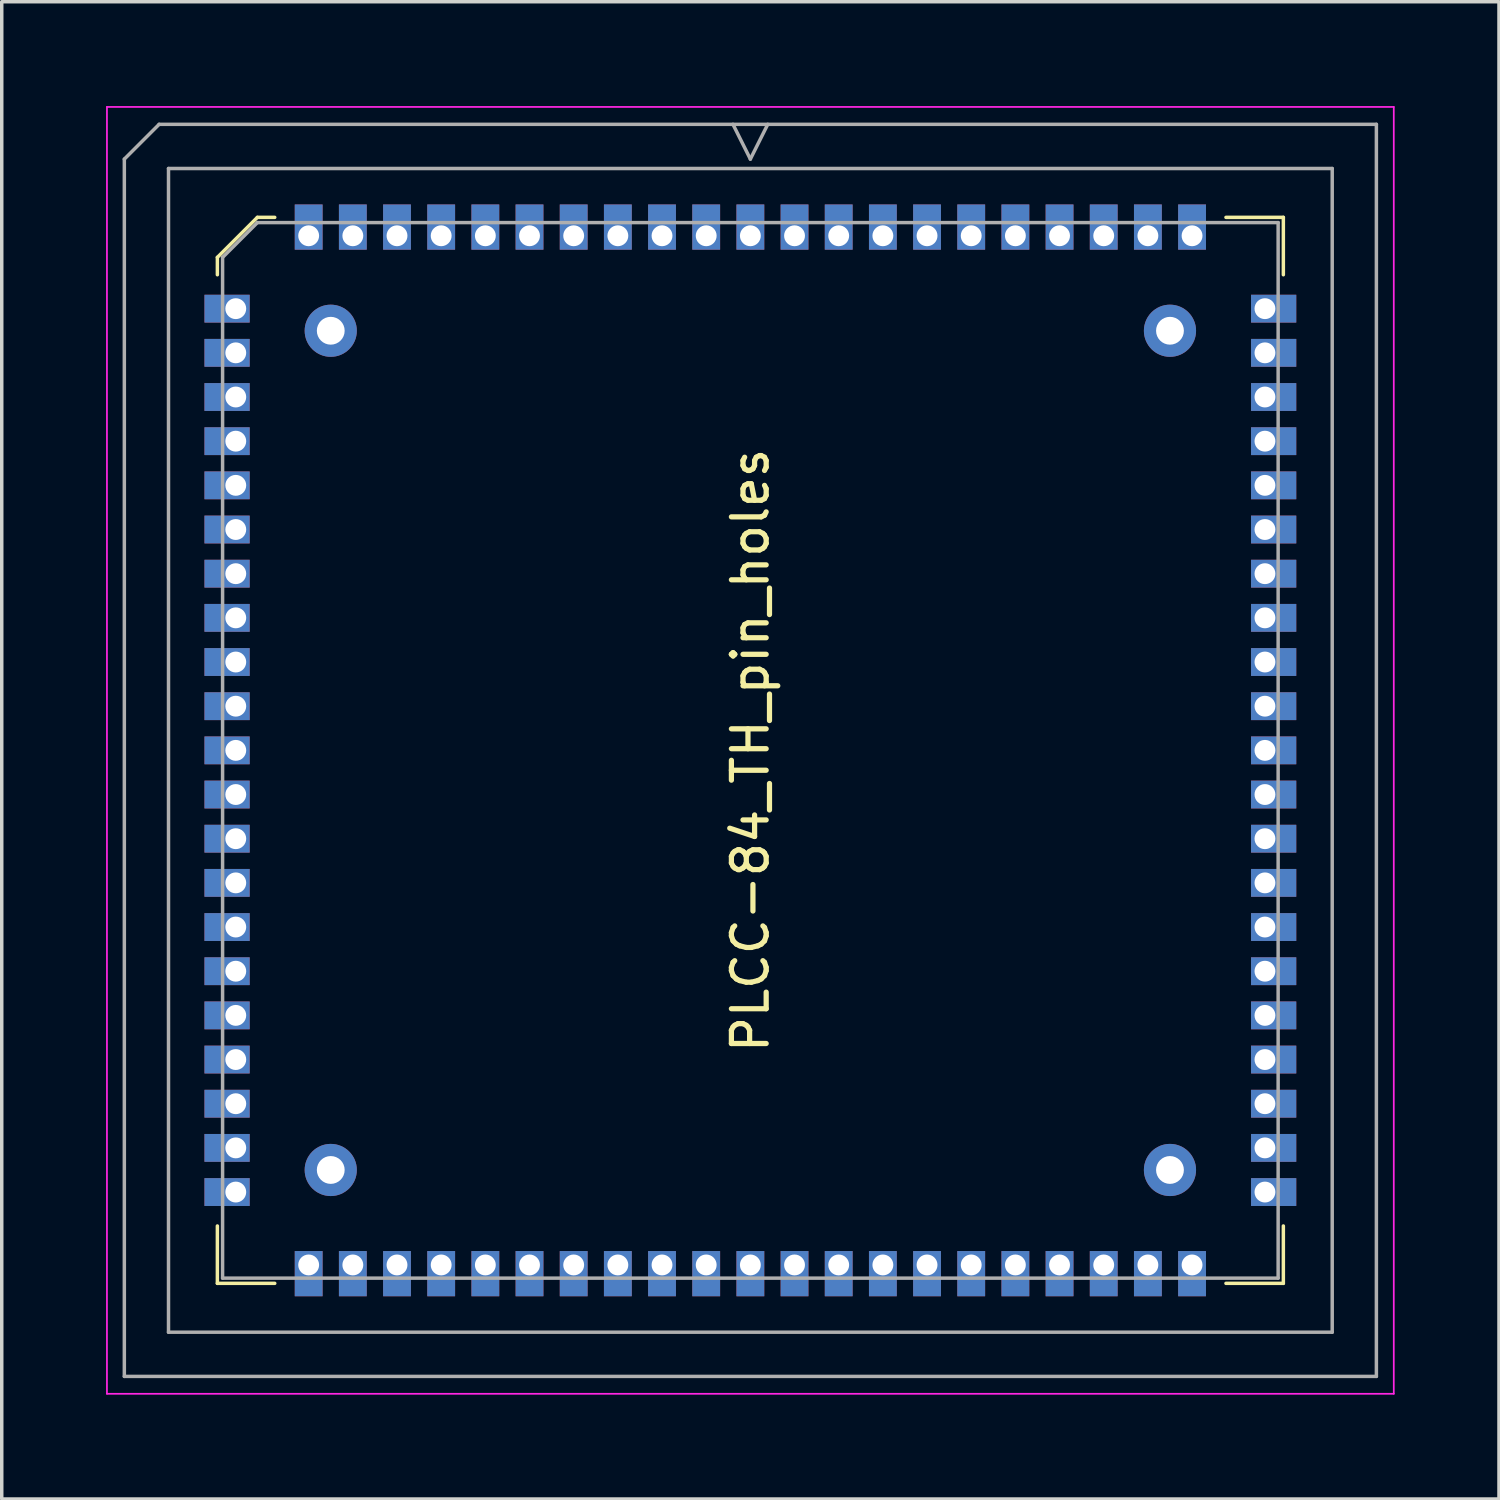
<source format=kicad_pcb>
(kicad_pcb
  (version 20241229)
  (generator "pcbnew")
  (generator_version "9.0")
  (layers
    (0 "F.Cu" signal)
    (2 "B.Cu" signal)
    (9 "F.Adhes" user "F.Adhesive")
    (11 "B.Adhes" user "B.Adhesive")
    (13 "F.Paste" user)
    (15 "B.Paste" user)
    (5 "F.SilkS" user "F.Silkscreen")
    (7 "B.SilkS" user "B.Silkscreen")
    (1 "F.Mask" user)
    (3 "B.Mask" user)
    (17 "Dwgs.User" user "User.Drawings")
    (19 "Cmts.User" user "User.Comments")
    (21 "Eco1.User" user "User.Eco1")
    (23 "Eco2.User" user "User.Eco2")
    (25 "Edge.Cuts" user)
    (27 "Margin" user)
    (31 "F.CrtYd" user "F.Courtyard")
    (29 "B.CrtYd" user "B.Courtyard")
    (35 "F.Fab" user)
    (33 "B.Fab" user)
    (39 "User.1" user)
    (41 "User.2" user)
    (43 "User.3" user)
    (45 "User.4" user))
  (footprint "PLCC-84_TH_pin_holes"
    (layer "F.Cu")
    (at 18.525 18.525)
    (property "Reference" "PLCC-84_TH_pin_holes" (at 0 0 90) (unlocked yes) (layer "F.SilkS") (effects (font (size 1 1) (thickness 0.15))))
    (attr smd)
    (fp_line (start -15.325 -14.175) (end -15.325 -13.675) (stroke (width 0.1) (type solid)) (layer "F.SilkS"))
    (fp_line (start -15.325 15.325) (end -15.325 13.675) (stroke (width 0.1) (type solid)) (layer "F.SilkS"))
    (fp_line (start -14.175 -15.325) (end -15.325 -14.175) (stroke (width 0.1) (type solid)) (layer "F.SilkS"))
    (fp_line (start -13.675 -15.325) (end -14.175 -15.325) (stroke (width 0.1) (type solid)) (layer "F.SilkS"))
    (fp_line (start -13.675 15.325) (end -15.325 15.325) (stroke (width 0.1) (type solid)) (layer "F.SilkS"))
    (fp_line (start 13.675 -15.325) (end 15.325 -15.325) (stroke (width 0.1) (type solid)) (layer "F.SilkS"))
    (fp_line (start 13.675 15.325) (end 15.325 15.325) (stroke (width 0.1) (type solid)) (layer "F.SilkS"))
    (fp_line (start 15.325 -15.325) (end 15.325 -13.675) (stroke (width 0.1) (type solid)) (layer "F.SilkS"))
    (fp_line (start 15.325 15.325) (end 15.325 13.675) (stroke (width 0.1) (type solid)) (layer "F.SilkS"))
    (fp_line (start -18.5 -18.5) (end -18.5 18.5) (stroke (width 0.05) (type solid)) (layer "F.CrtYd"))
    (fp_line (start -18.5 18.5) (end 18.5 18.5) (stroke (width 0.05) (type solid)) (layer "F.CrtYd"))
    (fp_line (start 18.5 -18.5) (end -18.5 -18.5) (stroke (width 0.05) (type solid)) (layer "F.CrtYd"))
    (fp_line (start 18.5 18.5) (end 18.5 -18.5) (stroke (width 0.05) (type solid)) (layer "F.CrtYd"))
    (fp_line (start -18 -17) (end -18 18) (stroke (width 0.1) (type solid)) (layer "F.Fab"))
    (fp_line (start -18 18) (end 18 18) (stroke (width 0.1) (type solid)) (layer "F.Fab"))
    (fp_line (start -17 -18) (end -18 -17) (stroke (width 0.1) (type solid)) (layer "F.Fab"))
    (fp_line (start -16.73 -16.73) (end -16.73 16.73) (stroke (width 0.1) (type solid)) (layer "F.Fab"))
    (fp_line (start -16.73 16.73) (end 16.73 16.73) (stroke (width 0.1) (type solid)) (layer "F.Fab"))
    (fp_line (start -15.175 -14.175) (end -15.175 15.175) (stroke (width 0.1) (type solid)) (layer "F.Fab"))
    (fp_line (start -15.175 15.175) (end 15.175 15.175) (stroke (width 0.1) (type solid)) (layer "F.Fab"))
    (fp_line (start -14.175 -15.175) (end -15.175 -14.175) (stroke (width 0.1) (type solid)) (layer "F.Fab"))
    (fp_line (start -0.5 -18) (end 0 -17) (stroke (width 0.1) (type solid)) (layer "F.Fab"))
    (fp_line (start 0 -17) (end 0.5 -18) (stroke (width 0.1) (type solid)) (layer "F.Fab"))
    (fp_line (start 15.175 -15.175) (end -14.175 -15.175) (stroke (width 0.1) (type solid)) (layer "F.Fab"))
    (fp_line (start 15.175 15.175) (end 15.175 -15.175) (stroke (width 0.1) (type solid)) (layer "F.Fab"))
    (fp_line (start 16.73 -16.73) (end -16.73 -16.73) (stroke (width 0.1) (type solid)) (layer "F.Fab"))
    (fp_line (start 16.73 16.73) (end 16.73 -16.73) (stroke (width 0.1) (type solid)) (layer "F.Fab"))
    (fp_line (start 18 -18) (end -17 -18) (stroke (width 0.1) (type solid)) (layer "F.Fab"))
    (fp_line (start 18 18) (end 18 -18) (stroke (width 0.1) (type solid)) (layer "F.Fab"))
    (pad "" thru_hole oval (at -12.065 -12.065) (size 1.5 1.5) (drill 0.8) (layers "*.Cu" "*.Mask"))
    (pad "" thru_hole oval (at -12.065 12.065) (size 1.5 1.5) (drill 0.8) (layers "*.Cu" "*.Mask"))
    (pad "" thru_hole oval (at 12.065 -12.065) (size 1.5 1.5) (drill 0.8) (layers "*.Cu" "*.Mask"))
    (pad "" thru_hole oval (at 12.065 12.065) (size 1.5 1.5) (drill 0.8) (layers "*.Cu" "*.Mask"))
    (pad "1" thru_hole rect (at 0 -14.796) (size 0.8 1.3) (drill 0.6 (offset 0 -0.25)) (layers "*.Cu" "*.Mask"))
    (pad "2" thru_hole rect (at -1.27 -14.796) (size 0.8 1.3) (drill 0.6 (offset 0 -0.25)) (layers "*.Cu" "*.Mask"))
    (pad "3" thru_hole rect (at -2.54 -14.796) (size 0.8 1.3) (drill 0.6 (offset 0 -0.25)) (layers "*.Cu" "*.Mask"))
    (pad "4" thru_hole rect (at -3.81 -14.796) (size 0.8 1.3) (drill 0.6 (offset 0 -0.25)) (layers "*.Cu" "*.Mask"))
    (pad "5" thru_hole rect (at -5.08 -14.796) (size 0.8 1.3) (drill 0.6 (offset 0 -0.25)) (layers "*.Cu" "*.Mask"))
    (pad "6" thru_hole rect (at -6.35 -14.796) (size 0.8 1.3) (drill 0.6 (offset 0 -0.25)) (layers "*.Cu" "*.Mask"))
    (pad "7" thru_hole rect (at -7.62 -14.796) (size 0.8 1.3) (drill 0.6 (offset 0 -0.25)) (layers "*.Cu" "*.Mask"))
    (pad "8" thru_hole rect (at -8.89 -14.796) (size 0.8 1.3) (drill 0.6 (offset 0 -0.25)) (layers "*.Cu" "*.Mask"))
    (pad "9" thru_hole rect (at -10.16 -14.796) (size 0.8 1.3) (drill 0.6 (offset 0 -0.25)) (layers "*.Cu" "*.Mask"))
    (pad "10" thru_hole rect (at -11.43 -14.796) (size 0.8 1.3) (drill 0.6 (offset 0 -0.25)) (layers "*.Cu" "*.Mask"))
    (pad "11" thru_hole rect (at -12.7 -14.796) (size 0.8 1.3) (drill 0.6 (offset 0 -0.25)) (layers "*.Cu" "*.Mask"))
    (pad "12" thru_hole rect (at -14.796 -12.7) (size 1.3 0.8) (drill 0.6 (offset -0.25 0)) (layers "*.Cu" "*.Mask"))
    (pad "13" thru_hole rect (at -14.796 -11.43) (size 1.3 0.8) (drill 0.6 (offset -0.25 0)) (layers "*.Cu" "*.Mask"))
    (pad "14" thru_hole rect (at -14.796 -10.16) (size 1.3 0.8) (drill 0.6 (offset -0.25 0)) (layers "*.Cu" "*.Mask"))
    (pad "15" thru_hole rect (at -14.796 -8.89) (size 1.3 0.8) (drill 0.6 (offset -0.25 0)) (layers "*.Cu" "*.Mask"))
    (pad "16" thru_hole rect (at -14.796 -7.62) (size 1.3 0.8) (drill 0.6 (offset -0.25 0)) (layers "*.Cu" "*.Mask"))
    (pad "17" thru_hole rect (at -14.796 -6.35) (size 1.3 0.8) (drill 0.6 (offset -0.25 0)) (layers "*.Cu" "*.Mask"))
    (pad "18" thru_hole rect (at -14.796 -5.08) (size 1.3 0.8) (drill 0.6 (offset -0.25 0)) (layers "*.Cu" "*.Mask"))
    (pad "19" thru_hole rect (at -14.796 -3.81) (size 1.3 0.8) (drill 0.6 (offset -0.25 0)) (layers "*.Cu" "*.Mask"))
    (pad "20" thru_hole rect (at -14.796 -2.54) (size 1.3 0.8) (drill 0.6 (offset -0.25 0)) (layers "*.Cu" "*.Mask"))
    (pad "21" thru_hole rect (at -14.796 -1.27) (size 1.3 0.8) (drill 0.6 (offset -0.25 0)) (layers "*.Cu" "*.Mask"))
    (pad "22" thru_hole rect (at -14.796 0) (size 1.3 0.8) (drill 0.6 (offset -0.25 0)) (layers "*.Cu" "*.Mask"))
    (pad "23" thru_hole rect (at -14.796 1.27) (size 1.3 0.8) (drill 0.6 (offset -0.25 0)) (layers "*.Cu" "*.Mask"))
    (pad "24" thru_hole rect (at -14.796 2.54) (size 1.3 0.8) (drill 0.6 (offset -0.25 0)) (layers "*.Cu" "*.Mask"))
    (pad "25" thru_hole rect (at -14.796 3.81) (size 1.3 0.8) (drill 0.6 (offset -0.25 0)) (layers "*.Cu" "*.Mask"))
    (pad "26" thru_hole rect (at -14.796 5.08) (size 1.3 0.8) (drill 0.6 (offset -0.25 0)) (layers "*.Cu" "*.Mask"))
    (pad "27" thru_hole rect (at -14.796 6.35) (size 1.3 0.8) (drill 0.6 (offset -0.25 0)) (layers "*.Cu" "*.Mask"))
    (pad "28" thru_hole rect (at -14.796 7.62) (size 1.3 0.8) (drill 0.6 (offset -0.25 0)) (layers "*.Cu" "*.Mask"))
    (pad "29" thru_hole rect (at -14.796 8.89) (size 1.3 0.8) (drill 0.6 (offset -0.25 0)) (layers "*.Cu" "*.Mask"))
    (pad "30" thru_hole rect (at -14.796 10.16) (size 1.3 0.8) (drill 0.6 (offset -0.25 0)) (layers "*.Cu" "*.Mask"))
    (pad "31" thru_hole rect (at -14.796 11.43) (size 1.3 0.8) (drill 0.6 (offset -0.25 0)) (layers "*.Cu" "*.Mask"))
    (pad "32" thru_hole rect (at -14.796 12.7) (size 1.3 0.8) (drill 0.6 (offset -0.25 0)) (layers "*.Cu" "*.Mask"))
    (pad "33" thru_hole rect (at -12.7 14.796) (size 0.8 1.3) (drill 0.6 (offset 0 0.25)) (layers "*.Cu" "*.Mask"))
    (pad "34" thru_hole rect (at -11.43 14.796) (size 0.8 1.3) (drill 0.6 (offset 0 0.25)) (layers "*.Cu" "*.Mask"))
    (pad "35" thru_hole rect (at -10.16 14.796) (size 0.8 1.3) (drill 0.6 (offset 0 0.25)) (layers "*.Cu" "*.Mask"))
    (pad "36" thru_hole rect (at -8.89 14.796) (size 0.8 1.3) (drill 0.6 (offset 0 0.25)) (layers "*.Cu" "*.Mask"))
    (pad "37" thru_hole rect (at -7.62 14.796) (size 0.8 1.3) (drill 0.6 (offset 0 0.25)) (layers "*.Cu" "*.Mask"))
    (pad "38" thru_hole rect (at -6.35 14.796) (size 0.8 1.3) (drill 0.6 (offset 0 0.25)) (layers "*.Cu" "*.Mask"))
    (pad "39" thru_hole rect (at -5.08 14.796) (size 0.8 1.3) (drill 0.6 (offset 0 0.25)) (layers "*.Cu" "*.Mask"))
    (pad "40" thru_hole rect (at -3.81 14.796) (size 0.8 1.3) (drill 0.6 (offset 0 0.25)) (layers "*.Cu" "*.Mask"))
    (pad "41" thru_hole rect (at -2.54 14.796) (size 0.8 1.3) (drill 0.6 (offset 0 0.25)) (layers "*.Cu" "*.Mask"))
    (pad "42" thru_hole rect (at -1.27 14.796) (size 0.8 1.3) (drill 0.6 (offset 0 0.25)) (layers "*.Cu" "*.Mask"))
    (pad "43" thru_hole rect (at 0 14.796) (size 0.8 1.3) (drill 0.6 (offset 0 0.25)) (layers "*.Cu" "*.Mask"))
    (pad "44" thru_hole rect (at 1.27 14.796) (size 0.8 1.3) (drill 0.6 (offset 0 0.25)) (layers "*.Cu" "*.Mask"))
    (pad "45" thru_hole rect (at 2.54 14.796) (size 0.8 1.3) (drill 0.6 (offset 0 0.25)) (layers "*.Cu" "*.Mask"))
    (pad "46" thru_hole rect (at 3.81 14.796) (size 0.8 1.3) (drill 0.6 (offset 0 0.25)) (layers "*.Cu" "*.Mask"))
    (pad "47" thru_hole rect (at 5.08 14.796) (size 0.8 1.3) (drill 0.6 (offset 0 0.25)) (layers "*.Cu" "*.Mask"))
    (pad "48" thru_hole rect (at 6.35 14.796) (size 0.8 1.3) (drill 0.6 (offset 0 0.25)) (layers "*.Cu" "*.Mask"))
    (pad "49" thru_hole rect (at 7.62 14.796) (size 0.8 1.3) (drill 0.6 (offset 0 0.25)) (layers "*.Cu" "*.Mask"))
    (pad "50" thru_hole rect (at 8.89 14.796) (size 0.8 1.3) (drill 0.6 (offset 0 0.25)) (layers "*.Cu" "*.Mask"))
    (pad "51" thru_hole rect (at 10.16 14.796) (size 0.8 1.3) (drill 0.6 (offset 0 0.25)) (layers "*.Cu" "*.Mask"))
    (pad "52" thru_hole rect (at 11.43 14.796) (size 0.8 1.3) (drill 0.6 (offset 0 0.25)) (layers "*.Cu" "*.Mask"))
    (pad "53" thru_hole rect (at 12.7 14.796) (size 0.8 1.3) (drill 0.6 (offset 0 0.25)) (layers "*.Cu" "*.Mask"))
    (pad "54" thru_hole rect (at 14.796 12.7) (size 1.3 0.8) (drill 0.6 (offset 0.25 0)) (layers "*.Cu" "*.Mask"))
    (pad "55" thru_hole rect (at 14.796 11.43) (size 1.3 0.8) (drill 0.6 (offset 0.25 0)) (layers "*.Cu" "*.Mask"))
    (pad "56" thru_hole rect (at 14.796 10.16) (size 1.3 0.8) (drill 0.6 (offset 0.25 0)) (layers "*.Cu" "*.Mask"))
    (pad "57" thru_hole rect (at 14.796 8.89) (size 1.3 0.8) (drill 0.6 (offset 0.25 0)) (layers "*.Cu" "*.Mask"))
    (pad "58" thru_hole rect (at 14.796 7.62) (size 1.3 0.8) (drill 0.6 (offset 0.25 0)) (layers "*.Cu" "*.Mask"))
    (pad "59" thru_hole rect (at 14.796 6.35) (size 1.3 0.8) (drill 0.6 (offset 0.25 0)) (layers "*.Cu" "*.Mask"))
    (pad "60" thru_hole rect (at 14.796 5.08) (size 1.3 0.8) (drill 0.6 (offset 0.25 0)) (layers "*.Cu" "*.Mask"))
    (pad "61" thru_hole rect (at 14.796 3.81) (size 1.3 0.8) (drill 0.6 (offset 0.25 0)) (layers "*.Cu" "*.Mask"))
    (pad "62" thru_hole rect (at 14.796 2.54) (size 1.3 0.8) (drill 0.6 (offset 0.25 0)) (layers "*.Cu" "*.Mask"))
    (pad "63" thru_hole rect (at 14.796 1.27) (size 1.3 0.8) (drill 0.6 (offset 0.25 0)) (layers "*.Cu" "*.Mask"))
    (pad "64" thru_hole rect (at 14.796 0) (size 1.3 0.8) (drill 0.6 (offset 0.25 0)) (layers "*.Cu" "*.Mask"))
    (pad "65" thru_hole rect (at 14.796 -1.27) (size 1.3 0.8) (drill 0.6 (offset 0.25 0)) (layers "*.Cu" "*.Mask"))
    (pad "66" thru_hole rect (at 14.796 -2.54) (size 1.3 0.8) (drill 0.6 (offset 0.25 0)) (layers "*.Cu" "*.Mask"))
    (pad "67" thru_hole rect (at 14.796 -3.81) (size 1.3 0.8) (drill 0.6 (offset 0.25 0)) (layers "*.Cu" "*.Mask"))
    (pad "68" thru_hole rect (at 14.796 -5.08) (size 1.3 0.8) (drill 0.6 (offset 0.25 0)) (layers "*.Cu" "*.Mask"))
    (pad "69" thru_hole rect (at 14.796 -6.35) (size 1.3 0.8) (drill 0.6 (offset 0.25 0)) (layers "*.Cu" "*.Mask"))
    (pad "70" thru_hole rect (at 14.796 -7.62) (size 1.3 0.8) (drill 0.6 (offset 0.25 0)) (layers "*.Cu" "*.Mask"))
    (pad "71" thru_hole rect (at 14.796 -8.89) (size 1.3 0.8) (drill 0.6 (offset 0.25 0)) (layers "*.Cu" "*.Mask"))
    (pad "72" thru_hole rect (at 14.796 -10.16) (size 1.3 0.8) (drill 0.6 (offset 0.25 0)) (layers "*.Cu" "*.Mask"))
    (pad "73" thru_hole rect (at 14.796 -11.43) (size 1.3 0.8) (drill 0.6 (offset 0.25 0)) (layers "*.Cu" "*.Mask"))
    (pad "74" thru_hole rect (at 14.796 -12.7) (size 1.3 0.8) (drill 0.6 (offset 0.25 0)) (layers "*.Cu" "*.Mask"))
    (pad "75" thru_hole rect (at 12.7 -14.796) (size 0.8 1.3) (drill 0.6 (offset 0 -0.25)) (layers "*.Cu" "*.Mask"))
    (pad "76" thru_hole rect (at 11.43 -14.796) (size 0.8 1.3) (drill 0.6 (offset 0 -0.25)) (layers "*.Cu" "*.Mask"))
    (pad "77" thru_hole rect (at 10.16 -14.796) (size 0.8 1.3) (drill 0.6 (offset 0 -0.25)) (layers "*.Cu" "*.Mask"))
    (pad "78" thru_hole rect (at 8.89 -14.796) (size 0.8 1.3) (drill 0.6 (offset 0 -0.25)) (layers "*.Cu" "*.Mask"))
    (pad "79" thru_hole rect (at 7.62 -14.796) (size 0.8 1.3) (drill 0.6 (offset 0 -0.25)) (layers "*.Cu" "*.Mask"))
    (pad "80" thru_hole rect (at 6.35 -14.796) (size 0.8 1.3) (drill 0.6 (offset 0 -0.25)) (layers "*.Cu" "*.Mask"))
    (pad "81" thru_hole rect (at 5.08 -14.796) (size 0.8 1.3) (drill 0.6 (offset 0 -0.25)) (layers "*.Cu" "*.Mask"))
    (pad "82" thru_hole rect (at 3.81 -14.796) (size 0.8 1.3) (drill 0.6 (offset 0 -0.25)) (layers "*.Cu" "*.Mask"))
    (pad "83" thru_hole rect (at 2.54 -14.796) (size 0.8 1.3) (drill 0.6 (offset 0 -0.25)) (layers "*.Cu" "*.Mask"))
    (pad "84" thru_hole rect (at 1.27 -14.796) (size 0.8 1.3) (drill 0.6 (offset 0 -0.25)) (layers "*.Cu" "*.Mask")))
  (gr_rect
    (start -3 -3)
    (end 40.05 40.05)
    (stroke (width 0.1) (type default))
    (fill no)
    (layer "Edge.Cuts")))
</source>
